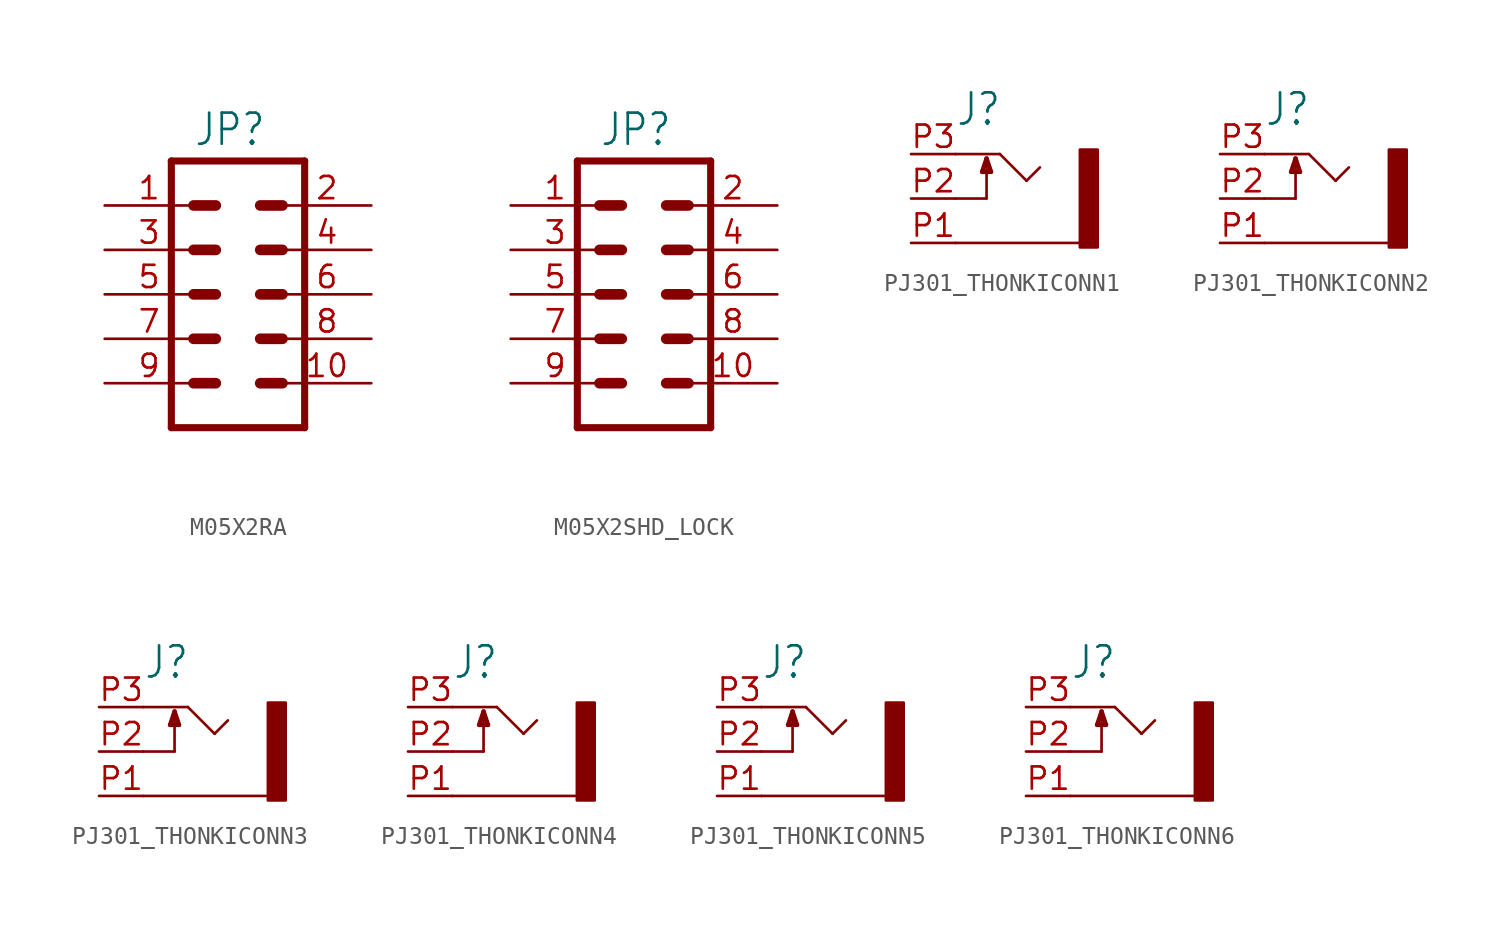
<source format=kicad_sym>
(kicad_symbol_lib
  (version 20231120)
  (generator "kicad_symbol_editor")
  (generator_version "8.0")
  (symbol "M05X2RA"
    (property "Reference" "JP"
      (at -2.54 8.382 0)
      (effects (font (size 1.778 1.511)) (justify left bottom)))
    (property "Value" ""
      (at -2.54 -10.16 0)
      (effects (font (size 1.778 1.511)) (justify left bottom)))
    (property "ki_locked" ""
      (at 0 0 0)
      (effects (font (size 1.27 1.27))))
    (symbol "M05X2RA_1_0"
      (polyline (pts (xy -3.81 7.62) (xy -3.81 -7.62)) (stroke (width 0.406) (type solid)) (fill (type none)))
      (polyline (pts (xy -3.81 7.62) (xy 3.81 7.62)) (stroke (width 0.406) (type solid)) (fill (type none)))
      (polyline (pts (xy -1.27 -5.08) (xy -2.54 -5.08)) (stroke (width 0.61) (type solid)) (fill (type none)))
      (polyline (pts (xy -1.27 -2.54) (xy -2.54 -2.54)) (stroke (width 0.61) (type solid)) (fill (type none)))
      (polyline (pts (xy -1.27 0) (xy -2.54 0)) (stroke (width 0.61) (type solid)) (fill (type none)))
      (polyline (pts (xy -1.27 2.54) (xy -2.54 2.54)) (stroke (width 0.61) (type solid)) (fill (type none)))
      (polyline (pts (xy -1.27 5.08) (xy -2.54 5.08)) (stroke (width 0.61) (type solid)) (fill (type none)))
      (polyline (pts (xy 1.27 -5.08) (xy 2.54 -5.08)) (stroke (width 0.61) (type solid)) (fill (type none)))
      (polyline (pts (xy 1.27 -2.54) (xy 2.54 -2.54)) (stroke (width 0.61) (type solid)) (fill (type none)))
      (polyline (pts (xy 1.27 0) (xy 2.54 0)) (stroke (width 0.61) (type solid)) (fill (type none)))
      (polyline (pts (xy 1.27 2.54) (xy 2.54 2.54)) (stroke (width 0.61) (type solid)) (fill (type none)))
      (polyline (pts (xy 1.27 5.08) (xy 2.54 5.08)) (stroke (width 0.61) (type solid)) (fill (type none)))
      (polyline (pts (xy 3.81 -7.62) (xy -3.81 -7.62)) (stroke (width 0.406) (type solid)) (fill (type none)))
      (polyline (pts (xy 3.81 -7.62) (xy 3.81 7.62)) (stroke (width 0.406) (type solid)) (fill (type none)))
      (pin passive line (at -7.62 5.08 0) (length 5.08) (name "1" (effects (font (size 0 0)))) (number "1" (effects (font (size 1.27 1.27)))))
      (pin passive line (at 7.62 -5.08 180) (length 5.08) (name "10" (effects (font (size 0 0)))) (number "10" (effects (font (size 1.27 1.27)))))
      (pin passive line (at 7.62 5.08 180) (length 5.08) (name "2" (effects (font (size 0 0)))) (number "2" (effects (font (size 1.27 1.27)))))
      (pin passive line (at -7.62 2.54 0) (length 5.08) (name "3" (effects (font (size 0 0)))) (number "3" (effects (font (size 1.27 1.27)))))
      (pin passive line (at 7.62 2.54 180) (length 5.08) (name "4" (effects (font (size 0 0)))) (number "4" (effects (font (size 1.27 1.27)))))
      (pin passive line (at -7.62 0 0) (length 5.08) (name "5" (effects (font (size 0 0)))) (number "5" (effects (font (size 1.27 1.27)))))
      (pin passive line (at 7.62 0 180) (length 5.08) (name "6" (effects (font (size 0 0)))) (number "6" (effects (font (size 1.27 1.27)))))
      (pin passive line (at -7.62 -2.54 0) (length 5.08) (name "7" (effects (font (size 0 0)))) (number "7" (effects (font (size 1.27 1.27)))))
      (pin passive line (at 7.62 -2.54 180) (length 5.08) (name "8" (effects (font (size 0 0)))) (number "8" (effects (font (size 1.27 1.27)))))
      (pin passive line (at -7.62 -5.08 0) (length 5.08) (name "9" (effects (font (size 0 0)))) (number "9" (effects (font (size 1.27 1.27)))))))
  (symbol "M05X2SHD_LOCK"
    (property "Reference" "JP"
      (at -2.54 8.382 0)
      (effects (font (size 1.778 1.511)) (justify left bottom)))
    (property "Value" ""
      (at -2.54 -10.16 0)
      (effects (font (size 1.778 1.511)) (justify left bottom)))
    (property "ki_locked" ""
      (at 0 0 0)
      (effects (font (size 1.27 1.27))))
    (symbol "M05X2SHD_LOCK_1_0"
      (polyline (pts (xy -3.81 7.62) (xy -3.81 -7.62)) (stroke (width 0.406) (type solid)) (fill (type none)))
      (polyline (pts (xy -3.81 7.62) (xy 3.81 7.62)) (stroke (width 0.406) (type solid)) (fill (type none)))
      (polyline (pts (xy -1.27 -5.08) (xy -2.54 -5.08)) (stroke (width 0.61) (type solid)) (fill (type none)))
      (polyline (pts (xy -1.27 -2.54) (xy -2.54 -2.54)) (stroke (width 0.61) (type solid)) (fill (type none)))
      (polyline (pts (xy -1.27 0) (xy -2.54 0)) (stroke (width 0.61) (type solid)) (fill (type none)))
      (polyline (pts (xy -1.27 2.54) (xy -2.54 2.54)) (stroke (width 0.61) (type solid)) (fill (type none)))
      (polyline (pts (xy -1.27 5.08) (xy -2.54 5.08)) (stroke (width 0.61) (type solid)) (fill (type none)))
      (polyline (pts (xy 1.27 -5.08) (xy 2.54 -5.08)) (stroke (width 0.61) (type solid)) (fill (type none)))
      (polyline (pts (xy 1.27 -2.54) (xy 2.54 -2.54)) (stroke (width 0.61) (type solid)) (fill (type none)))
      (polyline (pts (xy 1.27 0) (xy 2.54 0)) (stroke (width 0.61) (type solid)) (fill (type none)))
      (polyline (pts (xy 1.27 2.54) (xy 2.54 2.54)) (stroke (width 0.61) (type solid)) (fill (type none)))
      (polyline (pts (xy 1.27 5.08) (xy 2.54 5.08)) (stroke (width 0.61) (type solid)) (fill (type none)))
      (polyline (pts (xy 3.81 -7.62) (xy -3.81 -7.62)) (stroke (width 0.406) (type solid)) (fill (type none)))
      (polyline (pts (xy 3.81 -7.62) (xy 3.81 7.62)) (stroke (width 0.406) (type solid)) (fill (type none)))
      (pin passive line (at -7.62 5.08 0) (length 5.08) (name "1" (effects (font (size 0 0)))) (number "1" (effects (font (size 1.27 1.27)))))
      (pin passive line (at 7.62 -5.08 180) (length 5.08) (name "10" (effects (font (size 0 0)))) (number "10" (effects (font (size 1.27 1.27)))))
      (pin passive line (at 7.62 5.08 180) (length 5.08) (name "2" (effects (font (size 0 0)))) (number "2" (effects (font (size 1.27 1.27)))))
      (pin passive line (at -7.62 2.54 0) (length 5.08) (name "3" (effects (font (size 0 0)))) (number "3" (effects (font (size 1.27 1.27)))))
      (pin passive line (at 7.62 2.54 180) (length 5.08) (name "4" (effects (font (size 0 0)))) (number "4" (effects (font (size 1.27 1.27)))))
      (pin passive line (at -7.62 0 0) (length 5.08) (name "5" (effects (font (size 0 0)))) (number "5" (effects (font (size 1.27 1.27)))))
      (pin passive line (at 7.62 0 180) (length 5.08) (name "6" (effects (font (size 0 0)))) (number "6" (effects (font (size 1.27 1.27)))))
      (pin passive line (at -7.62 -2.54 0) (length 5.08) (name "7" (effects (font (size 0 0)))) (number "7" (effects (font (size 1.27 1.27)))))
      (pin passive line (at 7.62 -2.54 180) (length 5.08) (name "8" (effects (font (size 0 0)))) (number "8" (effects (font (size 1.27 1.27)))))
      (pin passive line (at -7.62 -5.08 0) (length 5.08) (name "9" (effects (font (size 0 0)))) (number "9" (effects (font (size 1.27 1.27)))))))
  (symbol "PJ301_THONKICONN1"
    (property "Reference" "J"
      (at -2.54 4.064 0)
      (effects (font (size 1.778 1.511)) (justify left bottom)))
    (property "ki_locked" ""
      (at 0 0 0)
      (effects (font (size 1.27 1.27))))
    (symbol "PJ301_THONKICONN1_1_0"
      (polyline (pts (xy -2.54 -2.54) (xy 4.572 -2.54)) (stroke (width 0.152) (type solid)) (fill (type none)))
      (polyline (pts (xy -2.54 0) (xy -0.762 0)) (stroke (width 0.152) (type solid)) (fill (type none)))
      (polyline (pts (xy -2.54 2.54) (xy 0 2.54)) (stroke (width 0.152) (type solid)) (fill (type none)))
      (polyline (pts (xy -1.016 1.524) (xy -0.508 1.524)) (stroke (width 0.254) (type solid)) (fill (type none)))
      (polyline (pts (xy -0.762 0) (xy -0.762 2.286)) (stroke (width 0.152) (type solid)) (fill (type none)))
      (polyline (pts (xy -0.762 2.286) (xy -1.016 1.524)) (stroke (width 0.254) (type solid)) (fill (type none)))
      (polyline (pts (xy -0.508 1.524) (xy -0.762 2.286)) (stroke (width 0.254) (type solid)) (fill (type none)))
      (polyline (pts (xy 0 2.54) (xy 1.524 1.016)) (stroke (width 0.152) (type solid)) (fill (type none)))
      (polyline (pts (xy 1.524 1.016) (xy 2.286 1.778)) (stroke (width 0.152) (type solid)) (fill (type none)))
      (rectangle (start 4.572 2.794) (end 5.588 -2.794) (stroke (width 0) (type default)) (fill (type outline)))
      (pin passive line (at -5.08 -2.54 0) (length 2.54) (name "1" (effects (font (size 0 0)))) (number "P1" (effects (font (size 1.27 1.27)))))
      (pin passive line (at -5.08 0 0) (length 2.54) (name "2" (effects (font (size 0 0)))) (number "P2" (effects (font (size 1.27 1.27)))))
      (pin passive line (at -5.08 2.54 0) (length 2.54) (name "3" (effects (font (size 0 0)))) (number "P3" (effects (font (size 1.27 1.27)))))))
  (symbol "PJ301_THONKICONN2"
    (property "Reference" "J"
      (at -2.54 4.064 0)
      (effects (font (size 1.778 1.511)) (justify left bottom)))
    (property "ki_locked" ""
      (at 0 0 0)
      (effects (font (size 1.27 1.27))))
    (symbol "PJ301_THONKICONN2_1_0"
      (polyline (pts (xy -2.54 -2.54) (xy 4.572 -2.54)) (stroke (width 0.152) (type solid)) (fill (type none)))
      (polyline (pts (xy -2.54 0) (xy -0.762 0)) (stroke (width 0.152) (type solid)) (fill (type none)))
      (polyline (pts (xy -2.54 2.54) (xy 0 2.54)) (stroke (width 0.152) (type solid)) (fill (type none)))
      (polyline (pts (xy -1.016 1.524) (xy -0.508 1.524)) (stroke (width 0.254) (type solid)) (fill (type none)))
      (polyline (pts (xy -0.762 0) (xy -0.762 2.286)) (stroke (width 0.152) (type solid)) (fill (type none)))
      (polyline (pts (xy -0.762 2.286) (xy -1.016 1.524)) (stroke (width 0.254) (type solid)) (fill (type none)))
      (polyline (pts (xy -0.508 1.524) (xy -0.762 2.286)) (stroke (width 0.254) (type solid)) (fill (type none)))
      (polyline (pts (xy 0 2.54) (xy 1.524 1.016)) (stroke (width 0.152) (type solid)) (fill (type none)))
      (polyline (pts (xy 1.524 1.016) (xy 2.286 1.778)) (stroke (width 0.152) (type solid)) (fill (type none)))
      (rectangle (start 4.572 2.794) (end 5.588 -2.794) (stroke (width 0) (type default)) (fill (type outline)))
      (pin passive line (at -5.08 -2.54 0) (length 2.54) (name "1" (effects (font (size 0 0)))) (number "P1" (effects (font (size 1.27 1.27)))))
      (pin passive line (at -5.08 0 0) (length 2.54) (name "2" (effects (font (size 0 0)))) (number "P2" (effects (font (size 1.27 1.27)))))
      (pin passive line (at -5.08 2.54 0) (length 2.54) (name "3" (effects (font (size 0 0)))) (number "P3" (effects (font (size 1.27 1.27)))))))
  (symbol "PJ301_THONKICONN3"
    (property "Reference" "J"
      (at -2.54 4.064 0)
      (effects (font (size 1.778 1.511)) (justify left bottom)))
    (property "ki_locked" ""
      (at 0 0 0)
      (effects (font (size 1.27 1.27))))
    (symbol "PJ301_THONKICONN3_1_0"
      (polyline (pts (xy -2.54 -2.54) (xy 4.572 -2.54)) (stroke (width 0.152) (type solid)) (fill (type none)))
      (polyline (pts (xy -2.54 0) (xy -0.762 0)) (stroke (width 0.152) (type solid)) (fill (type none)))
      (polyline (pts (xy -2.54 2.54) (xy 0 2.54)) (stroke (width 0.152) (type solid)) (fill (type none)))
      (polyline (pts (xy -1.016 1.524) (xy -0.508 1.524)) (stroke (width 0.254) (type solid)) (fill (type none)))
      (polyline (pts (xy -0.762 0) (xy -0.762 2.286)) (stroke (width 0.152) (type solid)) (fill (type none)))
      (polyline (pts (xy -0.762 2.286) (xy -1.016 1.524)) (stroke (width 0.254) (type solid)) (fill (type none)))
      (polyline (pts (xy -0.508 1.524) (xy -0.762 2.286)) (stroke (width 0.254) (type solid)) (fill (type none)))
      (polyline (pts (xy 0 2.54) (xy 1.524 1.016)) (stroke (width 0.152) (type solid)) (fill (type none)))
      (polyline (pts (xy 1.524 1.016) (xy 2.286 1.778)) (stroke (width 0.152) (type solid)) (fill (type none)))
      (rectangle (start 4.572 2.794) (end 5.588 -2.794) (stroke (width 0) (type default)) (fill (type outline)))
      (pin passive line (at -5.08 -2.54 0) (length 2.54) (name "1" (effects (font (size 0 0)))) (number "P1" (effects (font (size 1.27 1.27)))))
      (pin passive line (at -5.08 0 0) (length 2.54) (name "2" (effects (font (size 0 0)))) (number "P2" (effects (font (size 1.27 1.27)))))
      (pin passive line (at -5.08 2.54 0) (length 2.54) (name "3" (effects (font (size 0 0)))) (number "P3" (effects (font (size 1.27 1.27)))))))
  (symbol "PJ301_THONKICONN4"
    (property "Reference" "J"
      (at -2.54 4.064 0)
      (effects (font (size 1.778 1.511)) (justify left bottom)))
    (property "ki_locked" ""
      (at 0 0 0)
      (effects (font (size 1.27 1.27))))
    (symbol "PJ301_THONKICONN4_1_0"
      (polyline (pts (xy -2.54 -2.54) (xy 4.572 -2.54)) (stroke (width 0.152) (type solid)) (fill (type none)))
      (polyline (pts (xy -2.54 0) (xy -0.762 0)) (stroke (width 0.152) (type solid)) (fill (type none)))
      (polyline (pts (xy -2.54 2.54) (xy 0 2.54)) (stroke (width 0.152) (type solid)) (fill (type none)))
      (polyline (pts (xy -1.016 1.524) (xy -0.508 1.524)) (stroke (width 0.254) (type solid)) (fill (type none)))
      (polyline (pts (xy -0.762 0) (xy -0.762 2.286)) (stroke (width 0.152) (type solid)) (fill (type none)))
      (polyline (pts (xy -0.762 2.286) (xy -1.016 1.524)) (stroke (width 0.254) (type solid)) (fill (type none)))
      (polyline (pts (xy -0.508 1.524) (xy -0.762 2.286)) (stroke (width 0.254) (type solid)) (fill (type none)))
      (polyline (pts (xy 0 2.54) (xy 1.524 1.016)) (stroke (width 0.152) (type solid)) (fill (type none)))
      (polyline (pts (xy 1.524 1.016) (xy 2.286 1.778)) (stroke (width 0.152) (type solid)) (fill (type none)))
      (rectangle (start 4.572 2.794) (end 5.588 -2.794) (stroke (width 0) (type default)) (fill (type outline)))
      (pin passive line (at -5.08 -2.54 0) (length 2.54) (name "1" (effects (font (size 0 0)))) (number "P1" (effects (font (size 1.27 1.27)))))
      (pin passive line (at -5.08 0 0) (length 2.54) (name "2" (effects (font (size 0 0)))) (number "P2" (effects (font (size 1.27 1.27)))))
      (pin passive line (at -5.08 2.54 0) (length 2.54) (name "3" (effects (font (size 0 0)))) (number "P3" (effects (font (size 1.27 1.27)))))))
  (symbol "PJ301_THONKICONN5"
    (property "Reference" "J"
      (at -2.54 4.064 0)
      (effects (font (size 1.778 1.511)) (justify left bottom)))
    (property "ki_locked" ""
      (at 0 0 0)
      (effects (font (size 1.27 1.27))))
    (symbol "PJ301_THONKICONN5_1_0"
      (polyline (pts (xy -2.54 -2.54) (xy 4.572 -2.54)) (stroke (width 0.152) (type solid)) (fill (type none)))
      (polyline (pts (xy -2.54 0) (xy -0.762 0)) (stroke (width 0.152) (type solid)) (fill (type none)))
      (polyline (pts (xy -2.54 2.54) (xy 0 2.54)) (stroke (width 0.152) (type solid)) (fill (type none)))
      (polyline (pts (xy -1.016 1.524) (xy -0.508 1.524)) (stroke (width 0.254) (type solid)) (fill (type none)))
      (polyline (pts (xy -0.762 0) (xy -0.762 2.286)) (stroke (width 0.152) (type solid)) (fill (type none)))
      (polyline (pts (xy -0.762 2.286) (xy -1.016 1.524)) (stroke (width 0.254) (type solid)) (fill (type none)))
      (polyline (pts (xy -0.508 1.524) (xy -0.762 2.286)) (stroke (width 0.254) (type solid)) (fill (type none)))
      (polyline (pts (xy 0 2.54) (xy 1.524 1.016)) (stroke (width 0.152) (type solid)) (fill (type none)))
      (polyline (pts (xy 1.524 1.016) (xy 2.286 1.778)) (stroke (width 0.152) (type solid)) (fill (type none)))
      (rectangle (start 4.572 2.794) (end 5.588 -2.794) (stroke (width 0) (type default)) (fill (type outline)))
      (pin passive line (at -5.08 -2.54 0) (length 2.54) (name "1" (effects (font (size 0 0)))) (number "P1" (effects (font (size 1.27 1.27)))))
      (pin passive line (at -5.08 0 0) (length 2.54) (name "2" (effects (font (size 0 0)))) (number "P2" (effects (font (size 1.27 1.27)))))
      (pin passive line (at -5.08 2.54 0) (length 2.54) (name "3" (effects (font (size 0 0)))) (number "P3" (effects (font (size 1.27 1.27)))))))
  (symbol "PJ301_THONKICONN6"
    (property "Reference" "J"
      (at -2.54 4.064 0)
      (effects (font (size 1.778 1.511)) (justify left bottom)))
    (property "ki_locked" ""
      (at 0 0 0)
      (effects (font (size 1.27 1.27))))
    (symbol "PJ301_THONKICONN6_1_0"
      (polyline (pts (xy -2.54 -2.54) (xy 4.572 -2.54)) (stroke (width 0.152) (type solid)) (fill (type none)))
      (polyline (pts (xy -2.54 0) (xy -0.762 0)) (stroke (width 0.152) (type solid)) (fill (type none)))
      (polyline (pts (xy -2.54 2.54) (xy 0 2.54)) (stroke (width 0.152) (type solid)) (fill (type none)))
      (polyline (pts (xy -1.016 1.524) (xy -0.508 1.524)) (stroke (width 0.254) (type solid)) (fill (type none)))
      (polyline (pts (xy -0.762 0) (xy -0.762 2.286)) (stroke (width 0.152) (type solid)) (fill (type none)))
      (polyline (pts (xy -0.762 2.286) (xy -1.016 1.524)) (stroke (width 0.254) (type solid)) (fill (type none)))
      (polyline (pts (xy -0.508 1.524) (xy -0.762 2.286)) (stroke (width 0.254) (type solid)) (fill (type none)))
      (polyline (pts (xy 0 2.54) (xy 1.524 1.016)) (stroke (width 0.152) (type solid)) (fill (type none)))
      (polyline (pts (xy 1.524 1.016) (xy 2.286 1.778)) (stroke (width 0.152) (type solid)) (fill (type none)))
      (rectangle (start 4.572 2.794) (end 5.588 -2.794) (stroke (width 0) (type default)) (fill (type outline)))
      (pin passive line (at -5.08 -2.54 0) (length 2.54) (name "1" (effects (font (size 0 0)))) (number "P1" (effects (font (size 1.27 1.27)))))
      (pin passive line (at -5.08 0 0) (length 2.54) (name "2" (effects (font (size 0 0)))) (number "P2" (effects (font (size 1.27 1.27)))))
      (pin passive line (at -5.08 2.54 0) (length 2.54) (name "3" (effects (font (size 0 0)))) (number "P3" (effects (font (size 1.27 1.27))))))))
</source>
